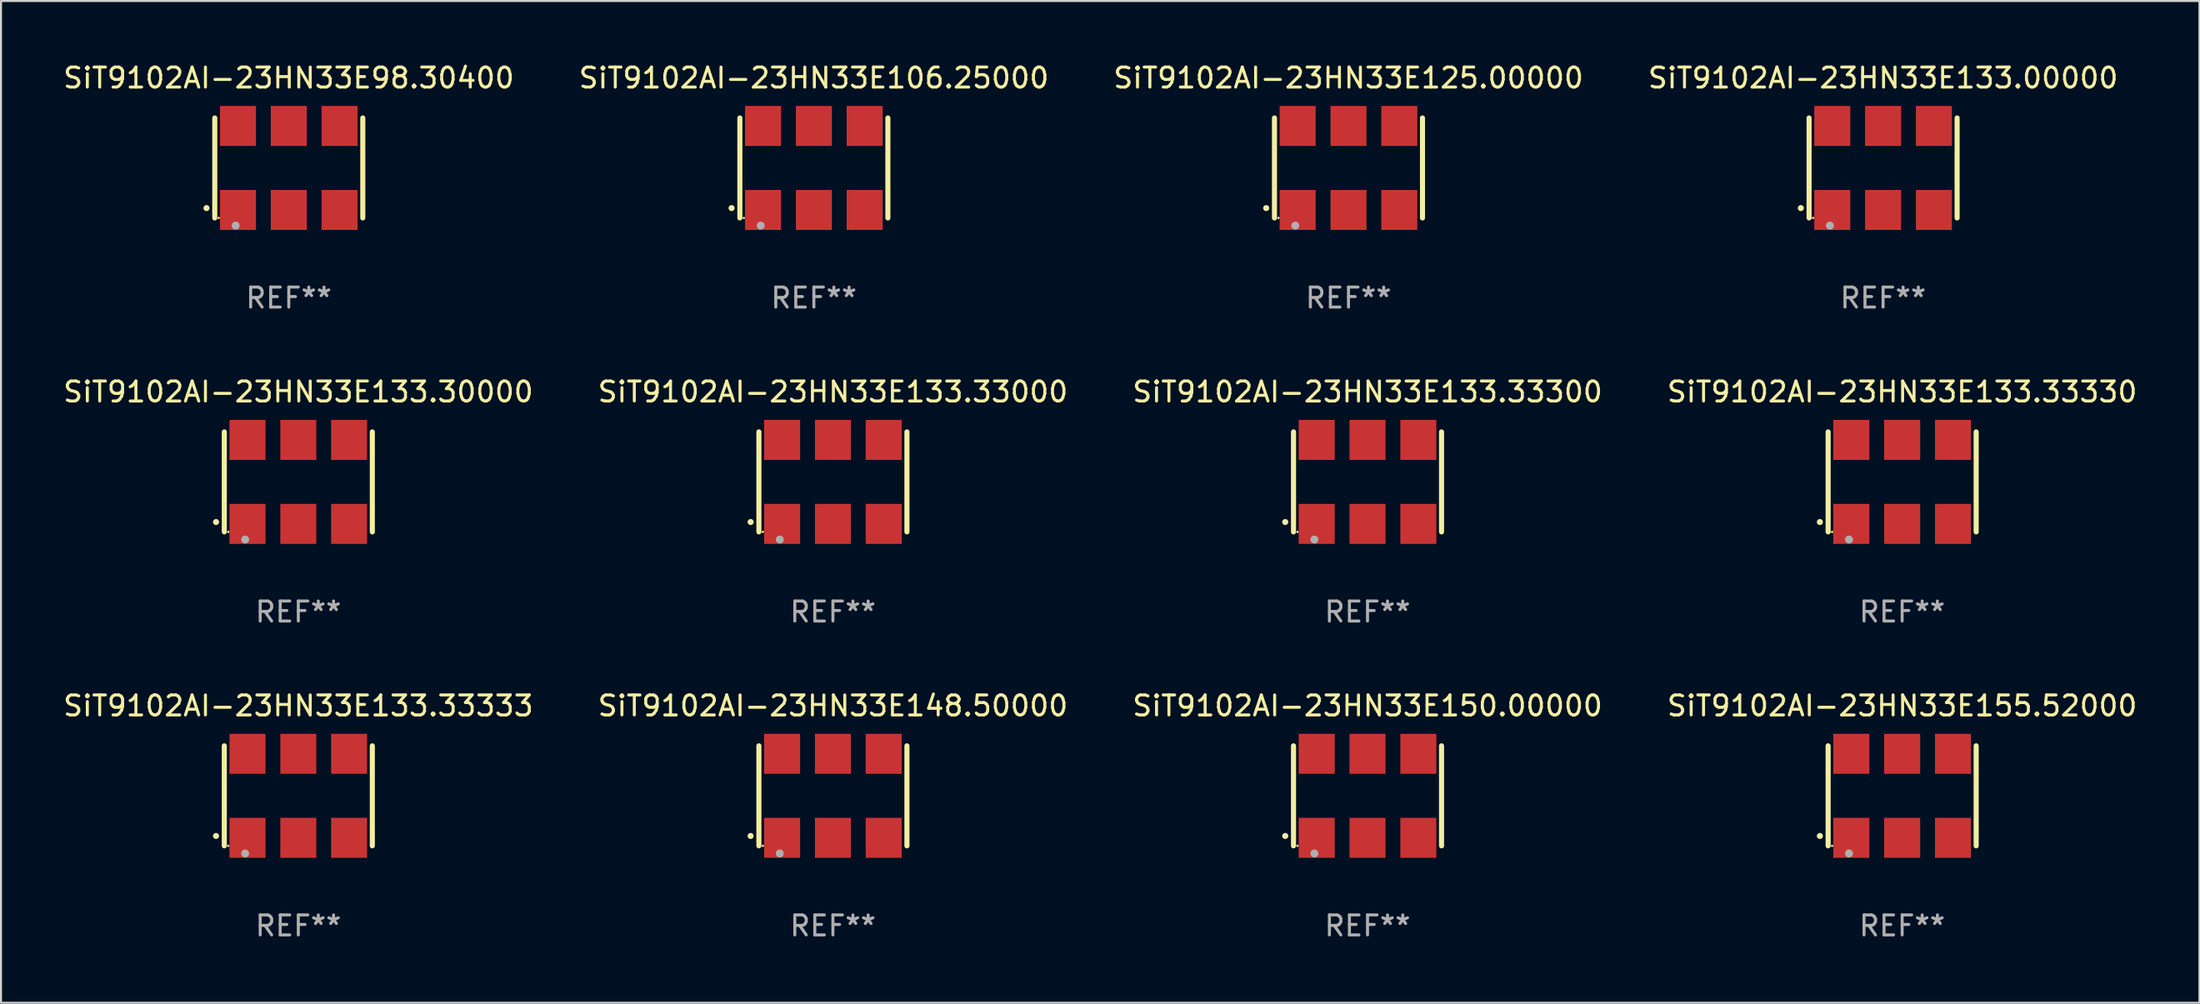
<source format=kicad_pcb>
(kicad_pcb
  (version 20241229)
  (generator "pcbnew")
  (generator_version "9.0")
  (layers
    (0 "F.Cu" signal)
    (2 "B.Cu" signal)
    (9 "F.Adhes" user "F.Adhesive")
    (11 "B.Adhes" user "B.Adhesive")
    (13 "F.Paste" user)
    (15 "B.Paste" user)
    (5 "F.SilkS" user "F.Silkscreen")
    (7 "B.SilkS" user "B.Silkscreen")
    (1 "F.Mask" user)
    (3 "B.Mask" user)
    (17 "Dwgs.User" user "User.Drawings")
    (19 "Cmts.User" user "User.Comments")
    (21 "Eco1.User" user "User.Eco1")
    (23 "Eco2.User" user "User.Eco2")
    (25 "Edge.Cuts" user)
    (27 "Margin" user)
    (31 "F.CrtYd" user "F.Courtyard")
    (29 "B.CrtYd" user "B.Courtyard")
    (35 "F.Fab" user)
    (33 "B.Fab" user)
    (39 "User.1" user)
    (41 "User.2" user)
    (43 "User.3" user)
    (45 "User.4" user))
  (footprint "SiT9102AI-23HN33E98.30400"
    (layer "F.Cu")
    (at 11.387 5.348)
    (property "Reference" "SiT9102AI-23HN33E98.30400" (at 0 -4.5 0) (layer "F.SilkS") (effects (font (size 1 1) (thickness 0.15))))
    (attr through_hole)
    (fp_line (start -3.7 -2.5) (end -3.7 2.5) (stroke (width 0.254) (type solid)) (layer "F.SilkS"))
    (fp_line (start 3.7 -2.5) (end 3.7 2.5) (stroke (width 0.254) (type solid)) (layer "F.SilkS"))
    (fp_arc (start -4.114415 2.006604) (mid -4.113145 2.006599) (end -4.111875 2.006604) (stroke (width 0.3) (type solid)) (layer "F.SilkS"))
    (fp_circle (center -3.502 2.5) (end -3.472 2.5) (stroke (width 0.06) (type solid)) (fill no) (layer "F.SilkS"))
    (fp_circle (center -2.657 2.882) (end -2.557 2.882) (stroke (width 0.2) (type solid)) (fill no) (layer "F.Fab"))
    (fp_text user "REF**" (at 0 6.5 0) (layer "F.Fab") (effects (font (size 1 1) (thickness 0.15))))
    (pad "1" smd rect (at -2.54 2.1) (size 1.8 2) (layers "F.Cu" "F.Mask" "F.Paste"))
    (pad "2" smd rect (at 0.000394 2.1) (size 1.8 2) (layers "F.Cu" "F.Mask" "F.Paste"))
    (pad "3" smd rect (at 2.54 2.1) (size 1.8 2) (layers "F.Cu" "F.Mask" "F.Paste"))
    (pad "4" smd rect (at 2.54 -2.1) (size 1.8 2) (layers "F.Cu" "F.Mask" "F.Paste"))
    (pad "5" smd rect (at 0.000394 -2.1) (size 1.8 2) (layers "F.Cu" "F.Mask" "F.Paste"))
    (pad "6" smd rect (at -2.54 -2.1) (size 1.8 2) (layers "F.Cu" "F.Mask" "F.Paste")))
  (footprint "SiT9102AI-23HN33E125.00000"
    (layer "F.Cu")
    (at 64.363 5.348)
    (property "Reference" "SiT9102AI-23HN33E125.00000" (at 0 -4.5 0) (layer "F.SilkS") (effects (font (size 1 1) (thickness 0.15))))
    (attr through_hole)
    (fp_line (start -3.7 -2.5) (end -3.7 2.5) (stroke (width 0.254) (type solid)) (layer "F.SilkS"))
    (fp_line (start 3.7 -2.5) (end 3.7 2.5) (stroke (width 0.254) (type solid)) (layer "F.SilkS"))
    (fp_arc (start -4.114415 2.006604) (mid -4.113145 2.006599) (end -4.111875 2.006604) (stroke (width 0.3) (type solid)) (layer "F.SilkS"))
    (fp_circle (center -3.502 2.5) (end -3.472 2.5) (stroke (width 0.06) (type solid)) (fill no) (layer "F.SilkS"))
    (fp_circle (center -2.657 2.882) (end -2.557 2.882) (stroke (width 0.2) (type solid)) (fill no) (layer "F.Fab"))
    (fp_text user "REF**" (at 0 6.5 0) (layer "F.Fab") (effects (font (size 1 1) (thickness 0.15))))
    (pad "1" smd rect (at -2.54 2.1) (size 1.8 2) (layers "F.Cu" "F.Mask" "F.Paste"))
    (pad "2" smd rect (at 0.000394 2.1) (size 1.8 2) (layers "F.Cu" "F.Mask" "F.Paste"))
    (pad "3" smd rect (at 2.54 2.1) (size 1.8 2) (layers "F.Cu" "F.Mask" "F.Paste"))
    (pad "4" smd rect (at 2.54 -2.1) (size 1.8 2) (layers "F.Cu" "F.Mask" "F.Paste"))
    (pad "5" smd rect (at 0.000394 -2.1) (size 1.8 2) (layers "F.Cu" "F.Mask" "F.Paste"))
    (pad "6" smd rect (at -2.54 -2.1) (size 1.8 2) (layers "F.Cu" "F.Mask" "F.Paste")))
  (footprint "SiT9102AI-23HN33E106.25000"
    (layer "F.Cu")
    (at 37.637 5.348)
    (property "Reference" "SiT9102AI-23HN33E106.25000" (at 0 -4.5 0) (layer "F.SilkS") (effects (font (size 1 1) (thickness 0.15))))
    (attr through_hole)
    (fp_line (start -3.7 -2.5) (end -3.7 2.5) (stroke (width 0.254) (type solid)) (layer "F.SilkS"))
    (fp_line (start 3.7 -2.5) (end 3.7 2.5) (stroke (width 0.254) (type solid)) (layer "F.SilkS"))
    (fp_arc (start -4.114415 2.006604) (mid -4.113145 2.006599) (end -4.111875 2.006604) (stroke (width 0.3) (type solid)) (layer "F.SilkS"))
    (fp_circle (center -3.502 2.5) (end -3.472 2.5) (stroke (width 0.06) (type solid)) (fill no) (layer "F.SilkS"))
    (fp_circle (center -2.657 2.882) (end -2.557 2.882) (stroke (width 0.2) (type solid)) (fill no) (layer "F.Fab"))
    (fp_text user "REF**" (at 0 6.5 0) (layer "F.Fab") (effects (font (size 1 1) (thickness 0.15))))
    (pad "1" smd rect (at -2.54 2.1) (size 1.8 2) (layers "F.Cu" "F.Mask" "F.Paste"))
    (pad "2" smd rect (at 0.000394 2.1) (size 1.8 2) (layers "F.Cu" "F.Mask" "F.Paste"))
    (pad "3" smd rect (at 2.54 2.1) (size 1.8 2) (layers "F.Cu" "F.Mask" "F.Paste"))
    (pad "4" smd rect (at 2.54 -2.1) (size 1.8 2) (layers "F.Cu" "F.Mask" "F.Paste"))
    (pad "5" smd rect (at 0.000394 -2.1) (size 1.8 2) (layers "F.Cu" "F.Mask" "F.Paste"))
    (pad "6" smd rect (at -2.54 -2.1) (size 1.8 2) (layers "F.Cu" "F.Mask" "F.Paste")))
  (footprint "SiT9102AI-23HN33E133.33000"
    (layer "F.Cu")
    (at 38.589 21.045)
    (property "Reference" "SiT9102AI-23HN33E133.33000" (at 0 -4.5 0) (layer "F.SilkS") (effects (font (size 1 1) (thickness 0.15))))
    (attr through_hole)
    (fp_line (start -3.7 -2.5) (end -3.7 2.5) (stroke (width 0.254) (type solid)) (layer "F.SilkS"))
    (fp_line (start 3.7 -2.5) (end 3.7 2.5) (stroke (width 0.254) (type solid)) (layer "F.SilkS"))
    (fp_arc (start -4.114415 2.006604) (mid -4.113145 2.006599) (end -4.111875 2.006604) (stroke (width 0.3) (type solid)) (layer "F.SilkS"))
    (fp_circle (center -3.502 2.5) (end -3.472 2.5) (stroke (width 0.06) (type solid)) (fill no) (layer "F.SilkS"))
    (fp_circle (center -2.657 2.882) (end -2.557 2.882) (stroke (width 0.2) (type solid)) (fill no) (layer "F.Fab"))
    (fp_text user "REF**" (at 0 6.5 0) (layer "F.Fab") (effects (font (size 1 1) (thickness 0.15))))
    (pad "1" smd rect (at -2.54 2.1) (size 1.8 2) (layers "F.Cu" "F.Mask" "F.Paste"))
    (pad "2" smd rect (at 0.000394 2.1) (size 1.8 2) (layers "F.Cu" "F.Mask" "F.Paste"))
    (pad "3" smd rect (at 2.54 2.1) (size 1.8 2) (layers "F.Cu" "F.Mask" "F.Paste"))
    (pad "4" smd rect (at 2.54 -2.1) (size 1.8 2) (layers "F.Cu" "F.Mask" "F.Paste"))
    (pad "5" smd rect (at 0.000394 -2.1) (size 1.8 2) (layers "F.Cu" "F.Mask" "F.Paste"))
    (pad "6" smd rect (at -2.54 -2.1) (size 1.8 2) (layers "F.Cu" "F.Mask" "F.Paste")))
  (footprint "SiT9102AI-23HN33E133.30000"
    (layer "F.Cu")
    (at 11.863 21.045)
    (property "Reference" "SiT9102AI-23HN33E133.30000" (at 0 -4.5 0) (layer "F.SilkS") (effects (font (size 1 1) (thickness 0.15))))
    (attr through_hole)
    (fp_line (start -3.7 -2.5) (end -3.7 2.5) (stroke (width 0.254) (type solid)) (layer "F.SilkS"))
    (fp_line (start 3.7 -2.5) (end 3.7 2.5) (stroke (width 0.254) (type solid)) (layer "F.SilkS"))
    (fp_arc (start -4.114415 2.006604) (mid -4.113145 2.006599) (end -4.111875 2.006604) (stroke (width 0.3) (type solid)) (layer "F.SilkS"))
    (fp_circle (center -3.502 2.5) (end -3.472 2.5) (stroke (width 0.06) (type solid)) (fill no) (layer "F.SilkS"))
    (fp_circle (center -2.657 2.882) (end -2.557 2.882) (stroke (width 0.2) (type solid)) (fill no) (layer "F.Fab"))
    (fp_text user "REF**" (at 0 6.5 0) (layer "F.Fab") (effects (font (size 1 1) (thickness 0.15))))
    (pad "1" smd rect (at -2.54 2.1) (size 1.8 2) (layers "F.Cu" "F.Mask" "F.Paste"))
    (pad "2" smd rect (at 0.000394 2.1) (size 1.8 2) (layers "F.Cu" "F.Mask" "F.Paste"))
    (pad "3" smd rect (at 2.54 2.1) (size 1.8 2) (layers "F.Cu" "F.Mask" "F.Paste"))
    (pad "4" smd rect (at 2.54 -2.1) (size 1.8 2) (layers "F.Cu" "F.Mask" "F.Paste"))
    (pad "5" smd rect (at 0.000394 -2.1) (size 1.8 2) (layers "F.Cu" "F.Mask" "F.Paste"))
    (pad "6" smd rect (at -2.54 -2.1) (size 1.8 2) (layers "F.Cu" "F.Mask" "F.Paste")))
  (footprint "SiT9102AI-23HN33E150.00000"
    (layer "F.Cu")
    (at 65.315 36.741)
    (property "Reference" "SiT9102AI-23HN33E150.00000" (at 0 -4.5 0) (layer "F.SilkS") (effects (font (size 1 1) (thickness 0.15))))
    (attr through_hole)
    (fp_line (start -3.7 -2.5) (end -3.7 2.5) (stroke (width 0.254) (type solid)) (layer "F.SilkS"))
    (fp_line (start 3.7 -2.5) (end 3.7 2.5) (stroke (width 0.254) (type solid)) (layer "F.SilkS"))
    (fp_arc (start -4.114415 2.006604) (mid -4.113145 2.006599) (end -4.111875 2.006604) (stroke (width 0.3) (type solid)) (layer "F.SilkS"))
    (fp_circle (center -3.502 2.5) (end -3.472 2.5) (stroke (width 0.06) (type solid)) (fill no) (layer "F.SilkS"))
    (fp_circle (center -2.657 2.882) (end -2.557 2.882) (stroke (width 0.2) (type solid)) (fill no) (layer "F.Fab"))
    (fp_text user "REF**" (at 0 6.5 0) (layer "F.Fab") (effects (font (size 1 1) (thickness 0.15))))
    (pad "1" smd rect (at -2.54 2.1) (size 1.8 2) (layers "F.Cu" "F.Mask" "F.Paste"))
    (pad "2" smd rect (at 0.000394 2.1) (size 1.8 2) (layers "F.Cu" "F.Mask" "F.Paste"))
    (pad "3" smd rect (at 2.54 2.1) (size 1.8 2) (layers "F.Cu" "F.Mask" "F.Paste"))
    (pad "4" smd rect (at 2.54 -2.1) (size 1.8 2) (layers "F.Cu" "F.Mask" "F.Paste"))
    (pad "5" smd rect (at 0.000394 -2.1) (size 1.8 2) (layers "F.Cu" "F.Mask" "F.Paste"))
    (pad "6" smd rect (at -2.54 -2.1) (size 1.8 2) (layers "F.Cu" "F.Mask" "F.Paste")))
  (footprint "SiT9102AI-23HN33E133.33330"
    (layer "F.Cu")
    (at 92.042 21.045)
    (property "Reference" "SiT9102AI-23HN33E133.33330" (at 0 -4.5 0) (layer "F.SilkS") (effects (font (size 1 1) (thickness 0.15))))
    (attr through_hole)
    (fp_line (start -3.7 -2.5) (end -3.7 2.5) (stroke (width 0.254) (type solid)) (layer "F.SilkS"))
    (fp_line (start 3.7 -2.5) (end 3.7 2.5) (stroke (width 0.254) (type solid)) (layer "F.SilkS"))
    (fp_arc (start -4.114415 2.006604) (mid -4.113145 2.006599) (end -4.111875 2.006604) (stroke (width 0.3) (type solid)) (layer "F.SilkS"))
    (fp_circle (center -3.502 2.5) (end -3.472 2.5) (stroke (width 0.06) (type solid)) (fill no) (layer "F.SilkS"))
    (fp_circle (center -2.657 2.882) (end -2.557 2.882) (stroke (width 0.2) (type solid)) (fill no) (layer "F.Fab"))
    (fp_text user "REF**" (at 0 6.5 0) (layer "F.Fab") (effects (font (size 1 1) (thickness 0.15))))
    (pad "1" smd rect (at -2.54 2.1) (size 1.8 2) (layers "F.Cu" "F.Mask" "F.Paste"))
    (pad "2" smd rect (at 0.000394 2.1) (size 1.8 2) (layers "F.Cu" "F.Mask" "F.Paste"))
    (pad "3" smd rect (at 2.54 2.1) (size 1.8 2) (layers "F.Cu" "F.Mask" "F.Paste"))
    (pad "4" smd rect (at 2.54 -2.1) (size 1.8 2) (layers "F.Cu" "F.Mask" "F.Paste"))
    (pad "5" smd rect (at 0.000394 -2.1) (size 1.8 2) (layers "F.Cu" "F.Mask" "F.Paste"))
    (pad "6" smd rect (at -2.54 -2.1) (size 1.8 2) (layers "F.Cu" "F.Mask" "F.Paste")))
  (footprint "SiT9102AI-23HN33E148.50000"
    (layer "F.Cu")
    (at 38.589 36.741)
    (property "Reference" "SiT9102AI-23HN33E148.50000" (at 0 -4.5 0) (layer "F.SilkS") (effects (font (size 1 1) (thickness 0.15))))
    (attr through_hole)
    (fp_line (start -3.7 -2.5) (end -3.7 2.5) (stroke (width 0.254) (type solid)) (layer "F.SilkS"))
    (fp_line (start 3.7 -2.5) (end 3.7 2.5) (stroke (width 0.254) (type solid)) (layer "F.SilkS"))
    (fp_arc (start -4.114415 2.006604) (mid -4.113145 2.006599) (end -4.111875 2.006604) (stroke (width 0.3) (type solid)) (layer "F.SilkS"))
    (fp_circle (center -3.502 2.5) (end -3.472 2.5) (stroke (width 0.06) (type solid)) (fill no) (layer "F.SilkS"))
    (fp_circle (center -2.657 2.882) (end -2.557 2.882) (stroke (width 0.2) (type solid)) (fill no) (layer "F.Fab"))
    (fp_text user "REF**" (at 0 6.5 0) (layer "F.Fab") (effects (font (size 1 1) (thickness 0.15))))
    (pad "1" smd rect (at -2.54 2.1) (size 1.8 2) (layers "F.Cu" "F.Mask" "F.Paste"))
    (pad "2" smd rect (at 0.000394 2.1) (size 1.8 2) (layers "F.Cu" "F.Mask" "F.Paste"))
    (pad "3" smd rect (at 2.54 2.1) (size 1.8 2) (layers "F.Cu" "F.Mask" "F.Paste"))
    (pad "4" smd rect (at 2.54 -2.1) (size 1.8 2) (layers "F.Cu" "F.Mask" "F.Paste"))
    (pad "5" smd rect (at 0.000394 -2.1) (size 1.8 2) (layers "F.Cu" "F.Mask" "F.Paste"))
    (pad "6" smd rect (at -2.54 -2.1) (size 1.8 2) (layers "F.Cu" "F.Mask" "F.Paste")))
  (footprint "SiT9102AI-23HN33E133.33333"
    (layer "F.Cu")
    (at 11.863 36.741)
    (property "Reference" "SiT9102AI-23HN33E133.33333" (at 0 -4.5 0) (layer "F.SilkS") (effects (font (size 1 1) (thickness 0.15))))
    (attr through_hole)
    (fp_line (start -3.7 -2.5) (end -3.7 2.5) (stroke (width 0.254) (type solid)) (layer "F.SilkS"))
    (fp_line (start 3.7 -2.5) (end 3.7 2.5) (stroke (width 0.254) (type solid)) (layer "F.SilkS"))
    (fp_arc (start -4.114415 2.006604) (mid -4.113145 2.006599) (end -4.111875 2.006604) (stroke (width 0.3) (type solid)) (layer "F.SilkS"))
    (fp_circle (center -3.502 2.5) (end -3.472 2.5) (stroke (width 0.06) (type solid)) (fill no) (layer "F.SilkS"))
    (fp_circle (center -2.657 2.882) (end -2.557 2.882) (stroke (width 0.2) (type solid)) (fill no) (layer "F.Fab"))
    (fp_text user "REF**" (at 0 6.5 0) (layer "F.Fab") (effects (font (size 1 1) (thickness 0.15))))
    (pad "1" smd rect (at -2.54 2.1) (size 1.8 2) (layers "F.Cu" "F.Mask" "F.Paste"))
    (pad "2" smd rect (at 0.000394 2.1) (size 1.8 2) (layers "F.Cu" "F.Mask" "F.Paste"))
    (pad "3" smd rect (at 2.54 2.1) (size 1.8 2) (layers "F.Cu" "F.Mask" "F.Paste"))
    (pad "4" smd rect (at 2.54 -2.1) (size 1.8 2) (layers "F.Cu" "F.Mask" "F.Paste"))
    (pad "5" smd rect (at 0.000394 -2.1) (size 1.8 2) (layers "F.Cu" "F.Mask" "F.Paste"))
    (pad "6" smd rect (at -2.54 -2.1) (size 1.8 2) (layers "F.Cu" "F.Mask" "F.Paste")))
  (footprint "SiT9102AI-23HN33E133.00000"
    (layer "F.Cu")
    (at 91.089 5.348)
    (property "Reference" "SiT9102AI-23HN33E133.00000" (at 0 -4.5 0) (layer "F.SilkS") (effects (font (size 1 1) (thickness 0.15))))
    (attr through_hole)
    (fp_line (start -3.7 -2.5) (end -3.7 2.5) (stroke (width 0.254) (type solid)) (layer "F.SilkS"))
    (fp_line (start 3.7 -2.5) (end 3.7 2.5) (stroke (width 0.254) (type solid)) (layer "F.SilkS"))
    (fp_arc (start -4.114415 2.006604) (mid -4.113145 2.006599) (end -4.111875 2.006604) (stroke (width 0.3) (type solid)) (layer "F.SilkS"))
    (fp_circle (center -3.502 2.5) (end -3.472 2.5) (stroke (width 0.06) (type solid)) (fill no) (layer "F.SilkS"))
    (fp_circle (center -2.657 2.882) (end -2.557 2.882) (stroke (width 0.2) (type solid)) (fill no) (layer "F.Fab"))
    (fp_text user "REF**" (at 0 6.5 0) (layer "F.Fab") (effects (font (size 1 1) (thickness 0.15))))
    (pad "1" smd rect (at -2.54 2.1) (size 1.8 2) (layers "F.Cu" "F.Mask" "F.Paste"))
    (pad "2" smd rect (at 0.000394 2.1) (size 1.8 2) (layers "F.Cu" "F.Mask" "F.Paste"))
    (pad "3" smd rect (at 2.54 2.1) (size 1.8 2) (layers "F.Cu" "F.Mask" "F.Paste"))
    (pad "4" smd rect (at 2.54 -2.1) (size 1.8 2) (layers "F.Cu" "F.Mask" "F.Paste"))
    (pad "5" smd rect (at 0.000394 -2.1) (size 1.8 2) (layers "F.Cu" "F.Mask" "F.Paste"))
    (pad "6" smd rect (at -2.54 -2.1) (size 1.8 2) (layers "F.Cu" "F.Mask" "F.Paste")))
  (footprint "SiT9102AI-23HN33E133.33300"
    (layer "F.Cu")
    (at 65.315 21.045)
    (property "Reference" "SiT9102AI-23HN33E133.33300" (at 0 -4.5 0) (layer "F.SilkS") (effects (font (size 1 1) (thickness 0.15))))
    (attr through_hole)
    (fp_line (start -3.7 -2.5) (end -3.7 2.5) (stroke (width 0.254) (type solid)) (layer "F.SilkS"))
    (fp_line (start 3.7 -2.5) (end 3.7 2.5) (stroke (width 0.254) (type solid)) (layer "F.SilkS"))
    (fp_arc (start -4.114415 2.006604) (mid -4.113145 2.006599) (end -4.111875 2.006604) (stroke (width 0.3) (type solid)) (layer "F.SilkS"))
    (fp_circle (center -3.502 2.5) (end -3.472 2.5) (stroke (width 0.06) (type solid)) (fill no) (layer "F.SilkS"))
    (fp_circle (center -2.657 2.882) (end -2.557 2.882) (stroke (width 0.2) (type solid)) (fill no) (layer "F.Fab"))
    (fp_text user "REF**" (at 0 6.5 0) (layer "F.Fab") (effects (font (size 1 1) (thickness 0.15))))
    (pad "1" smd rect (at -2.54 2.1) (size 1.8 2) (layers "F.Cu" "F.Mask" "F.Paste"))
    (pad "2" smd rect (at 0.000394 2.1) (size 1.8 2) (layers "F.Cu" "F.Mask" "F.Paste"))
    (pad "3" smd rect (at 2.54 2.1) (size 1.8 2) (layers "F.Cu" "F.Mask" "F.Paste"))
    (pad "4" smd rect (at 2.54 -2.1) (size 1.8 2) (layers "F.Cu" "F.Mask" "F.Paste"))
    (pad "5" smd rect (at 0.000394 -2.1) (size 1.8 2) (layers "F.Cu" "F.Mask" "F.Paste"))
    (pad "6" smd rect (at -2.54 -2.1) (size 1.8 2) (layers "F.Cu" "F.Mask" "F.Paste")))
  (footprint "SiT9102AI-23HN33E155.52000"
    (layer "F.Cu")
    (at 92.042 36.741)
    (property "Reference" "SiT9102AI-23HN33E155.52000" (at 0 -4.5 0) (layer "F.SilkS") (effects (font (size 1 1) (thickness 0.15))))
    (attr through_hole)
    (fp_line (start -3.7 -2.5) (end -3.7 2.5) (stroke (width 0.254) (type solid)) (layer "F.SilkS"))
    (fp_line (start 3.7 -2.5) (end 3.7 2.5) (stroke (width 0.254) (type solid)) (layer "F.SilkS"))
    (fp_arc (start -4.114415 2.006604) (mid -4.113145 2.006599) (end -4.111875 2.006604) (stroke (width 0.3) (type solid)) (layer "F.SilkS"))
    (fp_circle (center -3.502 2.5) (end -3.472 2.5) (stroke (width 0.06) (type solid)) (fill no) (layer "F.SilkS"))
    (fp_circle (center -2.657 2.882) (end -2.557 2.882) (stroke (width 0.2) (type solid)) (fill no) (layer "F.Fab"))
    (fp_text user "REF**" (at 0 6.5 0) (layer "F.Fab") (effects (font (size 1 1) (thickness 0.15))))
    (pad "1" smd rect (at -2.54 2.1) (size 1.8 2) (layers "F.Cu" "F.Mask" "F.Paste"))
    (pad "2" smd rect (at 0.000394 2.1) (size 1.8 2) (layers "F.Cu" "F.Mask" "F.Paste"))
    (pad "3" smd rect (at 2.54 2.1) (size 1.8 2) (layers "F.Cu" "F.Mask" "F.Paste"))
    (pad "4" smd rect (at 2.54 -2.1) (size 1.8 2) (layers "F.Cu" "F.Mask" "F.Paste"))
    (pad "5" smd rect (at 0.000394 -2.1) (size 1.8 2) (layers "F.Cu" "F.Mask" "F.Paste"))
    (pad "6" smd rect (at -2.54 -2.1) (size 1.8 2) (layers "F.Cu" "F.Mask" "F.Paste")))
  (gr_rect
    (start -3 -3)
    (end 106.905 47.09)
    (stroke (width 0.1) (type default))
    (fill no)
    (layer "Edge.Cuts")))
</source>
